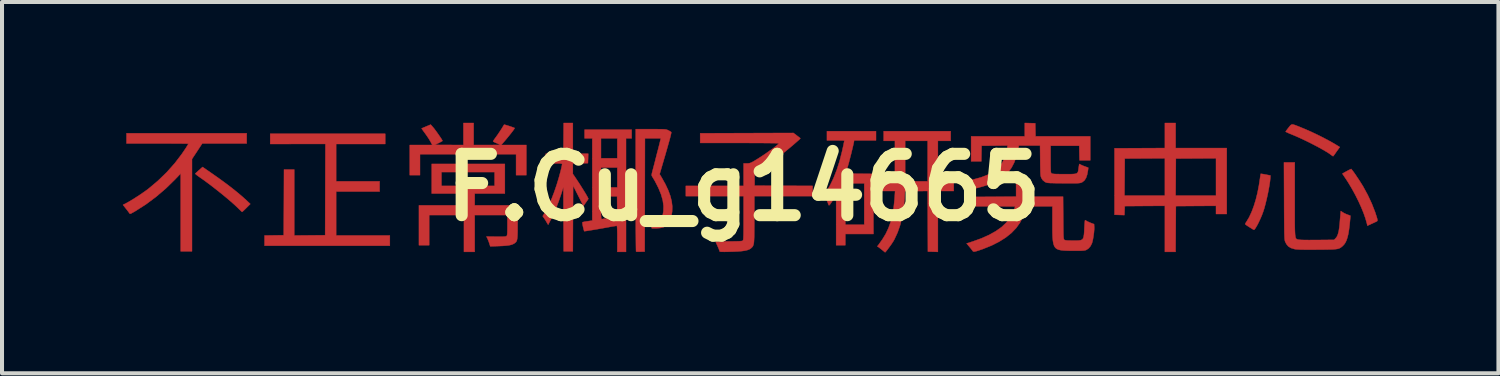
<source format=kicad_pcb>
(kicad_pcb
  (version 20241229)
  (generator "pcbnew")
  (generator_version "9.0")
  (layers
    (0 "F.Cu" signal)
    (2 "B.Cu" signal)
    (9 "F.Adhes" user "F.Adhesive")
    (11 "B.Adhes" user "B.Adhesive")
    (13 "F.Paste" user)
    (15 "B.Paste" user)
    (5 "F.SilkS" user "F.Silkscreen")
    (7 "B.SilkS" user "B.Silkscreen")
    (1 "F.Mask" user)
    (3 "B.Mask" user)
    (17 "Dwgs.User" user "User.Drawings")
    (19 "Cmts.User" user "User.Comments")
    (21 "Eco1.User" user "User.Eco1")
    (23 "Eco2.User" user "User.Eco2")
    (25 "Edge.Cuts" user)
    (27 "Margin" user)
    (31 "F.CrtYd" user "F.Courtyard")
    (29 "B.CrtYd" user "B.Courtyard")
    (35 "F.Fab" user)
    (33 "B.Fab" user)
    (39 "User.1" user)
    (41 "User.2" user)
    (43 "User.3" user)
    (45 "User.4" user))
  (footprint "F.Cu_g14665"
    (layer "F.Cu")
    (at 15.422 1.606)
    (property "Reference" "F.Cu_g14665" (at 0 0 0) (layer "F.SilkS") (effects (font (size 1.524 1.524) (thickness 0.3))))
    (attr through_hole)
    (fp_poly (pts (xy -8.903 -1.079) (xy -10.122 -1.079) (xy -10.122 -0.152) (xy -9.042 -0.152) (xy -9.042 0.102) (xy -10.122 0.102) (xy -10.122 1.194) (xy -8.788 1.194) (xy -8.788 1.448) (xy -11.9 1.448) (xy -11.9 1.194) (xy -11.424 1.187) (xy -11.42 0.371) (xy -11.417 -0.445) (xy -11.29 -0.445) (xy -11.163 -0.445) (xy -11.163 1.194) (xy -10.395 1.187) (xy -10.392 0.054) (xy -10.388 -1.08) (xy -11.074 -1.08) (xy -11.76 -1.079) (xy -11.76 -1.333) (xy -8.903 -1.333) (xy -8.903 -1.079)) (stroke (width 0.01) (type solid)) (fill yes) (layer "F.Cu"))
    (fp_poly (pts (xy -13.226 -0.36) (xy -13.042 -0.231) (xy -12.869 -0.105) (xy -12.71 0.016) (xy -12.567 0.131) (xy -12.442 0.237) (xy -12.347 0.323) (xy -12.254 0.411) (xy -12.353 0.51) (xy -12.393 0.55) (xy -12.427 0.582) (xy -12.45 0.602) (xy -12.458 0.608) (xy -12.47 0.599) (xy -12.495 0.576) (xy -12.53 0.542) (xy -12.56 0.512) (xy -12.636 0.44) (xy -12.729 0.357) (xy -12.836 0.266) (xy -12.952 0.17) (xy -13.075 0.072) (xy -13.2 -0.026) (xy -13.323 -0.119) (xy -13.441 -0.205) (xy -13.529 -0.266) (xy -13.57 -0.296) (xy -13.602 -0.321) (xy -13.619 -0.338) (xy -13.621 -0.343) (xy -13.609 -0.355) (xy -13.583 -0.38) (xy -13.547 -0.413) (xy -13.527 -0.43) (xy -13.44 -0.508) (xy -13.226 -0.36)) (stroke (width 0.01) (type solid)) (fill yes) (layer "F.Cu"))
    (fp_poly (pts (xy 10.732 -0.978) (xy 12.002 -0.978) (xy 12.002 0.66) (xy 11.735 0.66) (xy 11.735 0.457) (xy 11.236 0.46) (xy 10.738 0.464) (xy 10.731 1.6) (xy 10.465 1.6) (xy 10.465 0.457) (xy 9.966 0.46) (xy 9.468 0.464) (xy 9.464 0.575) (xy 9.46 0.687) (xy 9.337 0.683) (xy 9.214 0.679) (xy 9.214 0.203) (xy 9.461 0.203) (xy 10.465 0.203) (xy 10.731 0.203) (xy 11.735 0.203) (xy 11.735 -0.724) (xy 11.236 -0.721) (xy 10.738 -0.718) (xy 10.735 -0.257) (xy 10.731 0.203) (xy 10.465 0.203) (xy 10.465 -0.724) (xy 9.966 -0.721) (xy 9.468 -0.718) (xy 9.465 -0.257) (xy 9.461 0.203) (xy 9.214 0.203) (xy 9.214 -0.972) (xy 10.465 -0.978) (xy 10.465 -1.6) (xy 10.732 -1.6) (xy 10.732 -0.978)) (stroke (width 0.01) (type solid)) (fill yes) (layer "F.Cu"))
    (fp_poly (pts (xy 15.122 -0.424) (xy 15.152 -0.385) (xy 15.191 -0.33) (xy 15.235 -0.264) (xy 15.283 -0.193) (xy 15.328 -0.122) (xy 15.369 -0.057) (xy 15.391 -0.021) (xy 15.505 0.189) (xy 15.605 0.403) (xy 15.687 0.613) (xy 15.709 0.68) (xy 15.729 0.742) (xy 15.741 0.785) (xy 15.746 0.813) (xy 15.743 0.83) (xy 15.733 0.84) (xy 15.719 0.848) (xy 15.695 0.859) (xy 15.655 0.878) (xy 15.606 0.9) (xy 15.593 0.906) (xy 15.496 0.951) (xy 15.481 0.885) (xy 15.447 0.767) (xy 15.4 0.633) (xy 15.341 0.489) (xy 15.272 0.338) (xy 15.196 0.186) (xy 15.114 0.036) (xy 15.029 -0.107) (xy 14.978 -0.187) (xy 14.874 -0.342) (xy 14.927 -0.373) (xy 14.973 -0.398) (xy 15.023 -0.425) (xy 15.036 -0.432) (xy 15.093 -0.46) (xy 15.122 -0.424)) (stroke (width 0.01) (type solid)) (fill yes) (layer "F.Cu"))
    (fp_poly (pts (xy 13.662 -1.56) (xy 13.705 -1.546) (xy 13.765 -1.523) (xy 13.817 -1.502) (xy 13.953 -1.446) (xy 14.098 -1.382) (xy 14.246 -1.312) (xy 14.393 -1.239) (xy 14.532 -1.165) (xy 14.658 -1.095) (xy 14.756 -1.036) (xy 14.81 -1.002) (xy 14.762 -0.936) (xy 14.73 -0.892) (xy 14.699 -0.847) (xy 14.682 -0.823) (xy 14.661 -0.794) (xy 14.646 -0.777) (xy 14.643 -0.775) (xy 14.63 -0.782) (xy 14.605 -0.8) (xy 14.596 -0.807) (xy 14.543 -0.845) (xy 14.47 -0.891) (xy 14.381 -0.943) (xy 14.28 -0.999) (xy 14.17 -1.057) (xy 14.055 -1.116) (xy 13.94 -1.172) (xy 13.827 -1.225) (xy 13.72 -1.273) (xy 13.623 -1.313) (xy 13.617 -1.316) (xy 13.56 -1.339) (xy 13.513 -1.36) (xy 13.48 -1.376) (xy 13.465 -1.386) (xy 13.465 -1.387) (xy 13.474 -1.401) (xy 13.495 -1.43) (xy 13.524 -1.468) (xy 13.538 -1.486) (xy 13.566 -1.521) (xy 13.587 -1.545) (xy 13.608 -1.56) (xy 13.631 -1.565) (xy 13.662 -1.56)) (stroke (width 0.01) (type solid)) (fill yes) (layer "F.Cu"))
    (fp_poly (pts (xy 12.858 -0.338) (xy 12.89 -0.334) (xy 12.936 -0.326) (xy 12.967 -0.32) (xy 13.087 -0.297) (xy 13.084 -0.234) (xy 13.076 -0.152) (xy 13.061 -0.052) (xy 13.041 0.061) (xy 13.017 0.181) (xy 12.99 0.302) (xy 12.961 0.419) (xy 12.932 0.525) (xy 12.903 0.615) (xy 12.901 0.619) (xy 12.875 0.689) (xy 12.844 0.762) (xy 12.811 0.834) (xy 12.778 0.902) (xy 12.746 0.961) (xy 12.717 1.009) (xy 12.694 1.041) (xy 12.678 1.053) (xy 12.677 1.053) (xy 12.663 1.046) (xy 12.633 1.029) (xy 12.592 1.003) (xy 12.564 0.986) (xy 12.519 0.957) (xy 12.484 0.933) (xy 12.463 0.915) (xy 12.459 0.91) (xy 12.465 0.895) (xy 12.482 0.866) (xy 12.495 0.847) (xy 12.558 0.741) (xy 12.618 0.613) (xy 12.673 0.467) (xy 12.723 0.306) (xy 12.766 0.133) (xy 12.801 -0.048) (xy 12.816 -0.145) (xy 12.826 -0.211) (xy 12.834 -0.268) (xy 12.841 -0.311) (xy 12.845 -0.335) (xy 12.845 -0.339) (xy 12.858 -0.338)) (stroke (width 0.01) (type solid)) (fill yes) (layer "F.Cu"))
    (fp_poly (pts (xy -12.344 -1.092) (xy -13.448 -1.092) (xy -13.575 -0.899) (xy -13.703 -0.705) (xy -13.703 1.587) (xy -13.983 1.587) (xy -13.983 -0.346) (xy -14.126 -0.196) (xy -14.354 0.027) (xy -14.597 0.234) (xy -14.851 0.423) (xy -15.113 0.59) (xy -15.169 0.622) (xy -15.209 0.644) (xy -15.233 0.654) (xy -15.247 0.653) (xy -15.255 0.643) (xy -15.268 0.625) (xy -15.292 0.592) (xy -15.324 0.55) (xy -15.342 0.528) (xy -15.417 0.433) (xy -15.315 0.38) (xy -15.251 0.344) (xy -15.172 0.296) (xy -15.084 0.24) (xy -14.993 0.181) (xy -14.905 0.12) (xy -14.826 0.064) (xy -14.776 0.026) (xy -14.547 -0.167) (xy -14.331 -0.376) (xy -14.134 -0.597) (xy -13.957 -0.828) (xy -13.858 -0.974) (xy -13.83 -1.019) (xy -13.808 -1.056) (xy -13.795 -1.08) (xy -13.792 -1.085) (xy -13.805 -1.086) (xy -13.84 -1.088) (xy -13.897 -1.089) (xy -13.972 -1.09) (xy -14.064 -1.091) (xy -14.171 -1.091) (xy -14.29 -1.092) (xy -14.418 -1.092) (xy -14.555 -1.092) (xy -15.329 -1.092) (xy -15.329 -1.346) (xy -12.344 -1.346) (xy -12.344 -1.092)) (stroke (width 0.01) (type solid)) (fill yes) (layer "F.Cu"))
    (fp_poly (pts (xy 5.144 -1.156) (xy 4.826 -1.156) (xy 4.826 -0.152) (xy 5.22 -0.152) (xy 5.22 0.089) (xy 4.826 0.089) (xy 4.826 1.601) (xy 4.702 1.597) (xy 4.578 1.594) (xy 4.572 0.088) (xy 4.007 0.095) (xy 3.998 0.278) (xy 3.978 0.507) (xy 3.942 0.726) (xy 3.891 0.93) (xy 3.825 1.119) (xy 3.746 1.289) (xy 3.721 1.334) (xy 3.699 1.368) (xy 3.67 1.412) (xy 3.636 1.459) (xy 3.601 1.507) (xy 3.568 1.551) (xy 3.54 1.586) (xy 3.521 1.607) (xy 3.515 1.612) (xy 3.504 1.604) (xy 3.48 1.584) (xy 3.448 1.558) (xy 3.409 1.527) (xy 3.373 1.499) (xy 3.353 1.484) (xy 3.321 1.463) (xy 3.35 1.427) (xy 3.448 1.29) (xy 3.532 1.151) (xy 3.6 1.006) (xy 3.655 0.852) (xy 3.697 0.685) (xy 3.728 0.501) (xy 3.749 0.299) (xy 3.754 0.232) (xy 3.763 0.089) (xy 3.378 0.089) (xy 3.378 -0.152) (xy 3.759 -0.152) (xy 3.759 -1.156) (xy 4.013 -1.156) (xy 4.013 -0.152) (xy 4.572 -0.152) (xy 4.572 -1.156) (xy 4.013 -1.156) (xy 3.759 -1.156) (xy 3.48 -1.156) (xy 3.48 -1.397) (xy 5.144 -1.397) (xy 5.144 -1.156)) (stroke (width 0.01) (type solid)) (fill yes) (layer "F.Cu"))
    (fp_poly (pts (xy -5.931 0.152) (xy -6.68 0.152) (xy -6.68 0.445) (xy -5.613 0.445) (xy -5.613 0.86) (xy -5.614 0.983) (xy -5.614 1.083) (xy -5.616 1.162) (xy -5.619 1.225) (xy -5.624 1.273) (xy -5.631 1.309) (xy -5.641 1.336) (xy -5.655 1.356) (xy -5.671 1.372) (xy -5.692 1.388) (xy -5.7 1.393) (xy -5.734 1.411) (xy -5.777 1.426) (xy -5.831 1.438) (xy -5.901 1.446) (xy -5.99 1.453) (xy -6.084 1.457) (xy -6.293 1.464) (xy -6.317 1.389) (xy -6.334 1.339) (xy -6.353 1.292) (xy -6.364 1.267) (xy -6.388 1.22) (xy -6.149 1.223) (xy -6.06 1.223) (xy -5.993 1.223) (xy -5.945 1.221) (xy -5.914 1.217) (xy -5.895 1.212) (xy -5.888 1.208) (xy -5.881 1.199) (xy -5.876 1.184) (xy -5.872 1.16) (xy -5.869 1.122) (xy -5.868 1.068) (xy -5.867 0.994) (xy -5.867 0.938) (xy -5.867 0.686) (xy -6.68 0.686) (xy -6.68 1.6) (xy -6.947 1.6) (xy -6.947 0.686) (xy -7.811 0.686) (xy -7.811 1.435) (xy -8.065 1.435) (xy -8.065 0.445) (xy -6.947 0.445) (xy -6.947 0.152) (xy -7.747 0.152) (xy -7.747 -0.381) (xy -7.506 -0.381) (xy -7.506 -0.038) (xy -6.185 -0.038) (xy -6.185 -0.381) (xy -7.506 -0.381) (xy -7.747 -0.381) (xy -7.747 -0.584) (xy -5.931 -0.584) (xy -5.931 0.152)) (stroke (width 0.01) (type solid)) (fill yes) (layer "F.Cu"))
    (fp_poly (pts (xy -4.242 -0.838) (xy -4.051 -0.838) (xy -3.86 -0.838) (xy -3.863 -0.721) (xy -3.867 -0.603) (xy -4.054 -0.6) (xy -4.242 -0.596) (xy -4.242 -0.336) (xy -4.182 -0.248) (xy -4.124 -0.161) (xy -4.068 -0.076) (xy -4.016 0.007) (xy -3.968 0.084) (xy -3.926 0.152) (xy -3.893 0.209) (xy -3.87 0.251) (xy -3.858 0.277) (xy -3.857 0.284) (xy -3.868 0.301) (xy -3.889 0.332) (xy -3.917 0.372) (xy -3.922 0.379) (xy -3.979 0.46) (xy -4.235 -0.044) (xy -4.239 0.772) (xy -4.242 1.587) (xy -4.47 1.587) (xy -4.477 -0.006) (xy -4.532 0.165) (xy -4.595 0.348) (xy -4.661 0.52) (xy -4.729 0.677) (xy -4.784 0.789) (xy -4.855 0.927) (xy -4.899 0.854) (xy -4.925 0.81) (xy -4.951 0.77) (xy -4.967 0.747) (xy -4.991 0.712) (xy -4.948 0.645) (xy -4.888 0.539) (xy -4.825 0.412) (xy -4.763 0.267) (xy -4.702 0.107) (xy -4.644 -0.063) (xy -4.59 -0.241) (xy -4.547 -0.4) (xy -4.532 -0.461) (xy -4.52 -0.514) (xy -4.512 -0.553) (xy -4.509 -0.574) (xy -4.509 -0.575) (xy -4.511 -0.583) (xy -4.519 -0.589) (xy -4.537 -0.593) (xy -4.569 -0.595) (xy -4.618 -0.597) (xy -4.688 -0.597) (xy -4.712 -0.597) (xy -4.915 -0.597) (xy -4.915 -0.838) (xy -4.696 -0.841) (xy -4.477 -0.845) (xy -4.473 -1.222) (xy -4.47 -1.6) (xy -4.242 -1.6) (xy -4.242 -0.838)) (stroke (width 0.01) (type solid)) (fill yes) (layer "F.Cu"))
    (fp_poly (pts (xy 3.289 -1.168) (xy 3.018 -1.168) (xy 2.746 -1.168) (xy 2.738 -1.121) (xy 2.729 -1.079) (xy 2.715 -1.018) (xy 2.697 -0.942) (xy 2.677 -0.858) (xy 2.654 -0.77) (xy 2.632 -0.684) (xy 2.611 -0.604) (xy 2.592 -0.537) (xy 2.579 -0.491) (xy 2.563 -0.437) (xy 2.55 -0.393) (xy 2.542 -0.363) (xy 2.54 -0.354) (xy 2.552 -0.351) (xy 2.586 -0.348) (xy 2.64 -0.346) (xy 2.708 -0.343) (xy 2.789 -0.341) (xy 2.879 -0.34) (xy 2.88 -0.34) (xy 3.219 -0.337) (xy 3.223 0.41) (xy 3.226 1.156) (xy 2.527 1.156) (xy 2.527 1.435) (xy 2.299 1.435) (xy 2.299 0.184) (xy 2.253 0.26) (xy 2.21 0.329) (xy 2.173 0.385) (xy 2.145 0.423) (xy 2.126 0.443) (xy 2.122 0.445) (xy 2.111 0.434) (xy 2.102 0.41) (xy 2.093 0.383) (xy 2.076 0.341) (xy 2.055 0.292) (xy 2.049 0.278) (xy 2.004 0.18) (xy 2.054 0.106) (xy 2.147 -0.051) (xy 2.172 -0.102) (xy 2.527 -0.102) (xy 2.527 0.927) (xy 2.997 0.927) (xy 2.997 -0.102) (xy 2.527 -0.102) (xy 2.172 -0.102) (xy 2.234 -0.231) (xy 2.313 -0.432) (xy 2.384 -0.652) (xy 2.445 -0.891) (xy 2.469 -1) (xy 2.482 -1.06) (xy 2.492 -1.11) (xy 2.499 -1.146) (xy 2.502 -1.162) (xy 2.502 -1.162) (xy 2.49 -1.164) (xy 2.457 -1.166) (xy 2.406 -1.167) (xy 2.343 -1.168) (xy 2.286 -1.168) (xy 2.07 -1.168) (xy 2.07 -1.397) (xy 3.289 -1.397) (xy 3.289 -1.168)) (stroke (width 0.01) (type solid)) (fill yes) (layer "F.Cu"))
    (fp_poly (pts (xy -2.781 -1.219) (xy -2.921 -1.219) (xy -2.921 1.6) (xy -3.137 1.6) (xy -3.137 1.276) (xy -3.137 1.166) (xy -3.139 1.08) (xy -3.141 1.017) (xy -3.144 0.976) (xy -3.148 0.955) (xy -3.151 0.953) (xy -3.168 0.955) (xy -3.205 0.961) (xy -3.257 0.969) (xy -3.319 0.98) (xy -3.338 0.984) (xy -3.46 1.006) (xy -3.573 1.026) (xy -3.677 1.044) (xy -3.768 1.059) (xy -3.844 1.071) (xy -3.903 1.081) (xy -3.942 1.086) (xy -3.959 1.087) (xy -3.959 1.087) (xy -3.964 1.073) (xy -3.973 1.041) (xy -3.984 0.996) (xy -3.989 0.977) (xy -4.001 0.917) (xy -4.005 0.878) (xy -4.001 0.864) (xy -3.983 0.859) (xy -3.947 0.851) (xy -3.898 0.843) (xy -3.874 0.84) (xy -3.759 0.823) (xy -3.759 0.501) (xy -3.543 0.501) (xy -3.543 0.598) (xy -3.542 0.672) (xy -3.54 0.726) (xy -3.537 0.761) (xy -3.533 0.781) (xy -3.528 0.787) (xy -3.527 0.787) (xy -3.51 0.785) (xy -3.472 0.779) (xy -3.419 0.771) (xy -3.356 0.76) (xy -3.327 0.756) (xy -3.262 0.745) (xy -3.207 0.735) (xy -3.166 0.728) (xy -3.143 0.724) (xy -3.14 0.724) (xy -3.139 0.712) (xy -3.138 0.678) (xy -3.138 0.627) (xy -3.139 0.562) (xy -3.14 0.486) (xy -3.14 0.473) (xy -3.143 0.222) (xy -3.343 0.219) (xy -3.543 0.215) (xy -3.543 0.501) (xy -3.759 0.501) (xy -3.759 -0.495) (xy -3.543 -0.495) (xy -3.543 0) (xy -3.137 0) (xy -3.137 -0.495) (xy -3.543 -0.495) (xy -3.759 -0.495) (xy -3.759 -1.219) (xy -3.543 -1.219) (xy -3.543 -0.724) (xy -3.137 -0.724) (xy -3.137 -1.219) (xy -3.543 -1.219) (xy -3.759 -1.219) (xy -3.95 -1.219) (xy -3.95 -1.435) (xy -2.781 -1.435) (xy -2.781 -1.219)) (stroke (width 0.01) (type solid)) (fill yes) (layer "F.Cu"))
    (fp_poly (pts (xy -6.706 -1.054) (xy -6.375 -1.054) (xy -6.287 -1.054) (xy -6.207 -1.055) (xy -6.14 -1.055) (xy -6.088 -1.056) (xy -6.056 -1.057) (xy -6.045 -1.058) (xy -6.056 -1.065) (xy -6.085 -1.078) (xy -6.126 -1.095) (xy -6.134 -1.099) (xy -6.177 -1.117) (xy -6.208 -1.133) (xy -6.223 -1.144) (xy -6.223 -1.145) (xy -6.216 -1.159) (xy -6.197 -1.189) (xy -6.169 -1.228) (xy -6.148 -1.256) (xy -6.106 -1.315) (xy -6.061 -1.382) (xy -6.021 -1.443) (xy -6.012 -1.457) (xy -5.985 -1.501) (xy -5.964 -1.536) (xy -5.951 -1.557) (xy -5.948 -1.56) (xy -5.936 -1.558) (xy -5.906 -1.55) (xy -5.863 -1.537) (xy -5.815 -1.522) (xy -5.768 -1.506) (xy -5.726 -1.491) (xy -5.697 -1.48) (xy -5.687 -1.475) (xy -5.692 -1.463) (xy -5.711 -1.434) (xy -5.741 -1.393) (xy -5.781 -1.341) (xy -5.828 -1.283) (xy -5.879 -1.22) (xy -5.932 -1.157) (xy -5.954 -1.132) (xy -6.022 -1.054) (xy -5.71 -1.054) (xy -5.397 -1.054) (xy -5.397 -0.305) (xy -5.652 -0.305) (xy -5.652 -0.826) (xy -8.039 -0.826) (xy -8.039 -0.305) (xy -8.293 -0.305) (xy -8.293 -1.054) (xy -7.733 -1.054) (xy -7.78 -1.142) (xy -7.808 -1.19) (xy -7.847 -1.25) (xy -7.889 -1.311) (xy -7.915 -1.347) (xy -7.949 -1.393) (xy -7.976 -1.431) (xy -7.993 -1.457) (xy -7.998 -1.467) (xy -7.986 -1.472) (xy -7.955 -1.485) (xy -7.912 -1.503) (xy -7.884 -1.515) (xy -7.773 -1.561) (xy -7.715 -1.495) (xy -7.689 -1.464) (xy -7.657 -1.421) (xy -7.62 -1.371) (xy -7.582 -1.317) (xy -7.546 -1.265) (xy -7.515 -1.219) (xy -7.493 -1.183) (xy -7.481 -1.161) (xy -7.48 -1.158) (xy -7.491 -1.148) (xy -7.52 -1.132) (xy -7.561 -1.111) (xy -7.579 -1.102) (xy -7.677 -1.057) (xy -7.318 -1.055) (xy -6.96 -1.054) (xy -6.96 -1.6) (xy -6.706 -1.6) (xy -6.706 -1.054)) (stroke (width 0.01) (type solid)) (fill yes) (layer "F.Cu"))
    (fp_poly (pts (xy 13.691 0.293) (xy 13.691 0.473) (xy 13.691 0.63) (xy 13.691 0.765) (xy 13.691 0.88) (xy 13.692 0.976) (xy 13.694 1.056) (xy 13.697 1.12) (xy 13.7 1.17) (xy 13.705 1.209) (xy 13.71 1.238) (xy 13.717 1.259) (xy 13.726 1.273) (xy 13.736 1.282) (xy 13.748 1.287) (xy 13.762 1.292) (xy 13.776 1.296) (xy 13.806 1.3) (xy 13.862 1.304) (xy 13.942 1.306) (xy 14.048 1.307) (xy 14.179 1.306) (xy 14.245 1.306) (xy 14.667 1.302) (xy 14.706 1.264) (xy 14.738 1.223) (xy 14.763 1.164) (xy 14.784 1.086) (xy 14.799 0.987) (xy 14.809 0.892) (xy 14.814 0.821) (xy 14.82 0.753) (xy 14.825 0.696) (xy 14.828 0.655) (xy 14.829 0.652) (xy 14.835 0.586) (xy 14.881 0.617) (xy 14.918 0.639) (xy 14.967 0.662) (xy 15 0.675) (xy 15.074 0.702) (xy 15.068 0.779) (xy 15.054 0.927) (xy 15.038 1.052) (xy 15.021 1.156) (xy 15 1.242) (xy 14.977 1.313) (xy 14.949 1.371) (xy 14.916 1.419) (xy 14.878 1.458) (xy 14.854 1.478) (xy 14.832 1.495) (xy 14.809 1.508) (xy 14.783 1.519) (xy 14.75 1.527) (xy 14.708 1.533) (xy 14.654 1.538) (xy 14.586 1.541) (xy 14.501 1.542) (xy 14.396 1.544) (xy 14.269 1.545) (xy 14.243 1.545) (xy 14.109 1.546) (xy 13.999 1.546) (xy 13.908 1.545) (xy 13.836 1.544) (xy 13.779 1.541) (xy 13.734 1.538) (xy 13.7 1.534) (xy 13.68 1.53) (xy 13.596 1.504) (xy 13.531 1.464) (xy 13.484 1.408) (xy 13.453 1.347) (xy 13.449 1.334) (xy 13.445 1.319) (xy 13.442 1.299) (xy 13.439 1.272) (xy 13.437 1.238) (xy 13.435 1.193) (xy 13.433 1.137) (xy 13.432 1.067) (xy 13.431 0.981) (xy 13.43 0.879) (xy 13.429 0.757) (xy 13.428 0.615) (xy 13.427 0.45) (xy 13.427 0.333) (xy 13.423 -0.622) (xy 13.691 -0.622) (xy 13.691 0.293)) (stroke (width 0.01) (type solid)) (fill yes) (layer "F.Cu"))
    (fp_poly (pts (xy -2.197 -1.448) (xy -2.112 -1.447) (xy -2.046 -1.447) (xy -1.996 -1.445) (xy -1.959 -1.443) (xy -1.931 -1.44) (xy -1.91 -1.435) (xy -1.892 -1.428) (xy -1.875 -1.42) (xy -1.867 -1.416) (xy -1.831 -1.397) (xy -1.805 -1.38) (xy -1.797 -1.372) (xy -1.797 -1.361) (xy -1.802 -1.334) (xy -1.812 -1.29) (xy -1.827 -1.23) (xy -1.849 -1.15) (xy -1.877 -1.051) (xy -1.911 -0.93) (xy -1.952 -0.788) (xy -1.996 -0.638) (xy -2.086 -0.33) (xy -2.035 -0.245) (xy -1.943 -0.08) (xy -1.872 0.072) (xy -1.82 0.213) (xy -1.787 0.345) (xy -1.772 0.47) (xy -1.775 0.589) (xy -1.777 0.61) (xy -1.797 0.727) (xy -1.826 0.821) (xy -1.866 0.895) (xy -1.918 0.95) (xy -1.985 0.987) (xy -2.067 1.008) (xy -2.166 1.016) (xy -2.177 1.016) (xy -2.28 1.016) (xy -2.301 0.93) (xy -2.312 0.884) (xy -2.323 0.846) (xy -2.33 0.824) (xy -2.331 0.814) (xy -2.322 0.809) (xy -2.297 0.808) (xy -2.252 0.809) (xy -2.239 0.81) (xy -2.161 0.811) (xy -2.101 0.8) (xy -2.058 0.776) (xy -2.027 0.735) (xy -2.007 0.675) (xy -1.993 0.593) (xy -1.992 0.586) (xy -1.989 0.458) (xy -2.008 0.32) (xy -2.051 0.171) (xy -2.116 0.012) (xy -2.203 -0.158) (xy -2.274 -0.276) (xy -2.282 -0.293) (xy -2.284 -0.313) (xy -2.279 -0.344) (xy -2.268 -0.391) (xy -2.263 -0.409) (xy -2.253 -0.448) (xy -2.238 -0.505) (xy -2.219 -0.577) (xy -2.198 -0.659) (xy -2.176 -0.747) (xy -2.153 -0.837) (xy -2.13 -0.924) (xy -2.109 -1.006) (xy -2.091 -1.077) (xy -2.077 -1.134) (xy -2.068 -1.173) (xy -2.065 -1.184) (xy -2.057 -1.219) (xy -2.254 -1.219) (xy -2.451 -1.219) (xy -2.454 0.187) (xy -2.457 1.594) (xy -2.56 1.597) (xy -2.608 1.598) (xy -2.647 1.597) (xy -2.669 1.593) (xy -2.671 1.592) (xy -2.672 1.579) (xy -2.673 1.541) (xy -2.674 1.481) (xy -2.675 1.401) (xy -2.676 1.302) (xy -2.677 1.185) (xy -2.678 1.051) (xy -2.678 0.904) (xy -2.679 0.744) (xy -2.679 0.572) (xy -2.679 0.391) (xy -2.68 0.201) (xy -2.68 0.068) (xy -2.68 -1.448) (xy -2.305 -1.448) (xy -2.197 -1.448)) (stroke (width 0.01) (type solid)) (fill yes) (layer "F.Cu"))
    (fp_poly (pts (xy 7.023 0.229) (xy 7.936 0.229) (xy 7.94 0.757) (xy 7.941 0.886) (xy 7.942 0.993) (xy 7.943 1.079) (xy 7.944 1.147) (xy 7.946 1.199) (xy 7.948 1.237) (xy 7.951 1.263) (xy 7.955 1.281) (xy 7.959 1.292) (xy 7.964 1.299) (xy 7.969 1.303) (xy 7.985 1.31) (xy 8.014 1.315) (xy 8.059 1.319) (xy 8.122 1.32) (xy 8.192 1.321) (xy 8.271 1.321) (xy 8.332 1.318) (xy 8.378 1.31) (xy 8.411 1.294) (xy 8.433 1.267) (xy 8.447 1.226) (xy 8.456 1.168) (xy 8.462 1.09) (xy 8.466 0.994) (xy 8.47 0.929) (xy 8.474 0.875) (xy 8.478 0.835) (xy 8.482 0.815) (xy 8.483 0.813) (xy 8.498 0.819) (xy 8.518 0.832) (xy 8.545 0.847) (xy 8.586 0.865) (xy 8.626 0.882) (xy 8.706 0.912) (xy 8.71 0.987) (xy 8.709 1.046) (xy 8.703 1.121) (xy 8.692 1.202) (xy 8.679 1.282) (xy 8.664 1.351) (xy 8.652 1.39) (xy 8.617 1.459) (xy 8.569 1.515) (xy 8.511 1.553) (xy 8.485 1.562) (xy 8.447 1.568) (xy 8.386 1.572) (xy 8.301 1.573) (xy 8.191 1.573) (xy 8.148 1.573) (xy 8.045 1.571) (xy 7.958 1.567) (xy 7.886 1.56) (xy 7.827 1.547) (xy 7.78 1.527) (xy 7.743 1.497) (xy 7.716 1.455) (xy 7.697 1.399) (xy 7.684 1.328) (xy 7.676 1.24) (xy 7.672 1.131) (xy 7.671 1.001) (xy 7.671 0.867) (xy 7.671 0.47) (xy 7.015 0.47) (xy 6.987 0.581) (xy 6.938 0.734) (xy 6.865 0.876) (xy 6.771 1.008) (xy 6.653 1.131) (xy 6.512 1.244) (xy 6.348 1.347) (xy 6.161 1.442) (xy 5.95 1.527) (xy 5.91 1.541) (xy 5.837 1.566) (xy 5.783 1.583) (xy 5.746 1.592) (xy 5.721 1.595) (xy 5.704 1.59) (xy 5.692 1.58) (xy 5.687 1.572) (xy 5.669 1.548) (xy 5.641 1.512) (xy 5.607 1.472) (xy 5.603 1.467) (xy 5.539 1.392) (xy 5.7 1.34) (xy 5.913 1.263) (xy 6.102 1.178) (xy 6.266 1.086) (xy 6.407 0.986) (xy 6.523 0.877) (xy 6.616 0.761) (xy 6.664 0.68) (xy 6.68 0.645) (xy 6.699 0.6) (xy 6.718 0.554) (xy 6.733 0.512) (xy 6.742 0.483) (xy 6.744 0.474) (xy 6.731 0.473) (xy 6.697 0.472) (xy 6.642 0.472) (xy 6.57 0.471) (xy 6.483 0.47) (xy 6.385 0.47) (xy 6.278 0.47) (xy 6.254 0.47) (xy 5.765 0.47) (xy 5.772 0.235) (xy 6.271 0.232) (xy 6.769 0.228) (xy 6.769 -0.191) (xy 7.023 -0.191) (xy 7.023 0.229)) (stroke (width 0.01) (type solid)) (fill yes) (layer "F.Cu"))
    (fp_poly (pts (xy 1.321 -1.29) (xy 1.36 -1.26) (xy 1.391 -1.237) (xy 1.408 -1.223) (xy 1.41 -1.222) (xy 1.405 -1.212) (xy 1.385 -1.191) (xy 1.37 -1.177) (xy 1.342 -1.153) (xy 1.301 -1.117) (xy 1.252 -1.074) (xy 1.2 -1.029) (xy 1.198 -1.028) (xy 1.03 -0.888) (xy 0.853 -0.755) (xy 0.661 -0.623) (xy 0.449 -0.49) (xy 0.445 -0.488) (xy 0.273 -0.384) (xy 0.273 -0.044) (xy 0.994 -0.041) (xy 1.714 -0.038) (xy 1.714 0.216) (xy 0.267 0.216) (xy 0.266 0.791) (xy 0.266 0.934) (xy 0.265 1.055) (xy 0.264 1.154) (xy 0.263 1.236) (xy 0.26 1.301) (xy 0.257 1.352) (xy 0.252 1.391) (xy 0.245 1.421) (xy 0.237 1.444) (xy 0.228 1.463) (xy 0.216 1.479) (xy 0.208 1.488) (xy 0.177 1.516) (xy 0.139 1.539) (xy 0.091 1.557) (xy 0.03 1.571) (xy -0.047 1.582) (xy -0.142 1.59) (xy -0.258 1.595) (xy -0.314 1.596) (xy -0.408 1.599) (xy -0.479 1.6) (xy -0.53 1.599) (xy -0.565 1.598) (xy -0.586 1.595) (xy -0.595 1.59) (xy -0.597 1.586) (xy -0.602 1.567) (xy -0.615 1.531) (xy -0.634 1.486) (xy -0.642 1.467) (xy -0.663 1.42) (xy -0.681 1.381) (xy -0.691 1.357) (xy -0.693 1.352) (xy -0.683 1.348) (xy -0.647 1.345) (xy -0.587 1.342) (xy -0.503 1.34) (xy -0.394 1.34) (xy -0.371 1.34) (xy -0.265 1.34) (xy -0.183 1.339) (xy -0.121 1.337) (xy -0.076 1.334) (xy -0.046 1.331) (xy -0.028 1.326) (xy -0.021 1.322) (xy -0.016 1.316) (xy -0.012 1.306) (xy -0.008 1.288) (xy -0.006 1.262) (xy -0.004 1.224) (xy -0.002 1.172) (xy -0.001 1.105) (xy -0.000424 1.019) (xy -0.000104 0.913) (xy -0.000002 0.785) (xy 0 0.76) (xy 0 0.216) (xy -1.435 0.216) (xy -1.435 -0.038) (xy 0 -0.038) (xy 0 -0.597) (xy 0.08 -0.597) (xy 0.118 -0.598) (xy 0.149 -0.603) (xy 0.18 -0.613) (xy 0.219 -0.632) (xy 0.271 -0.662) (xy 0.276 -0.665) (xy 0.344 -0.707) (xy 0.418 -0.754) (xy 0.496 -0.805) (xy 0.573 -0.858) (xy 0.647 -0.911) (xy 0.716 -0.96) (xy 0.776 -1.005) (xy 0.825 -1.044) (xy 0.859 -1.073) (xy 0.875 -1.092) (xy 0.876 -1.095) (xy 0.864 -1.097) (xy 0.828 -1.098) (xy 0.771 -1.1) (xy 0.694 -1.101) (xy 0.599 -1.102) (xy 0.489 -1.103) (xy 0.365 -1.104) (xy 0.229 -1.104) (xy 0.083 -1.105) (xy -0.071 -1.105) (xy -0.102 -1.105) (xy -1.079 -1.105) (xy -1.079 -1.345) (xy 1.238 -1.353) (xy 1.321 -1.29)) (stroke (width 0.01) (type solid)) (fill yes) (layer "F.Cu"))
    (fp_poly (pts (xy 7.115 -1.597) (xy 7.245 -1.594) (xy 7.252 -1.27) (xy 8.611 -1.27) (xy 8.611 -0.673) (xy 8.345 -0.673) (xy 8.341 -0.854) (xy 8.338 -1.035) (xy 7.626 -1.035) (xy 7.626 -0.701) (xy 7.626 -0.6) (xy 7.627 -0.521) (xy 7.628 -0.462) (xy 7.63 -0.419) (xy 7.632 -0.389) (xy 7.636 -0.37) (xy 7.641 -0.358) (xy 7.648 -0.351) (xy 7.651 -0.348) (xy 7.664 -0.342) (xy 7.687 -0.338) (xy 7.723 -0.334) (xy 7.775 -0.332) (xy 7.845 -0.331) (xy 7.937 -0.33) (xy 7.97 -0.33) (xy 8.07 -0.33) (xy 8.148 -0.331) (xy 8.206 -0.334) (xy 8.249 -0.34) (xy 8.277 -0.351) (xy 8.296 -0.368) (xy 8.307 -0.391) (xy 8.315 -0.424) (xy 8.32 -0.466) (xy 8.322 -0.479) (xy 8.329 -0.526) (xy 8.335 -0.562) (xy 8.338 -0.581) (xy 8.339 -0.582) (xy 8.35 -0.579) (xy 8.371 -0.567) (xy 8.399 -0.553) (xy 8.441 -0.535) (xy 8.482 -0.52) (xy 8.562 -0.491) (xy 8.554 -0.422) (xy 8.534 -0.317) (xy 8.506 -0.235) (xy 8.467 -0.174) (xy 8.417 -0.134) (xy 8.401 -0.125) (xy 8.383 -0.118) (xy 8.365 -0.113) (xy 8.343 -0.109) (xy 8.313 -0.106) (xy 8.274 -0.104) (xy 8.221 -0.103) (xy 8.152 -0.103) (xy 8.065 -0.103) (xy 7.955 -0.104) (xy 7.941 -0.104) (xy 7.829 -0.105) (xy 7.739 -0.106) (xy 7.67 -0.108) (xy 7.616 -0.109) (xy 7.577 -0.112) (xy 7.547 -0.115) (xy 7.526 -0.12) (xy 7.509 -0.125) (xy 7.494 -0.133) (xy 7.483 -0.139) (xy 7.431 -0.182) (xy 7.401 -0.228) (xy 7.393 -0.245) (xy 7.386 -0.263) (xy 7.381 -0.285) (xy 7.377 -0.313) (xy 7.374 -0.351) (xy 7.372 -0.402) (xy 7.371 -0.469) (xy 7.369 -0.555) (xy 7.368 -0.664) (xy 7.368 -0.664) (xy 7.364 -1.041) (xy 7.1 -1.041) (xy 6.837 -1.041) (xy 6.815 -0.93) (xy 6.775 -0.765) (xy 6.722 -0.618) (xy 6.655 -0.489) (xy 6.572 -0.377) (xy 6.472 -0.279) (xy 6.353 -0.195) (xy 6.215 -0.122) (xy 6.054 -0.059) (xy 5.919 -0.018) (xy 5.859 -0.002) (xy 5.807 0.012) (xy 5.768 0.021) (xy 5.748 0.025) (xy 5.747 0.025) (xy 5.732 0.015) (xy 5.715 -0.011) (xy 5.713 -0.016) (xy 5.694 -0.05) (xy 5.666 -0.092) (xy 5.648 -0.116) (xy 5.603 -0.175) (xy 5.726 -0.203) (xy 5.898 -0.25) (xy 6.048 -0.307) (xy 6.176 -0.375) (xy 6.284 -0.453) (xy 6.313 -0.479) (xy 6.362 -0.528) (xy 6.399 -0.574) (xy 6.431 -0.627) (xy 6.458 -0.679) (xy 6.49 -0.755) (xy 6.518 -0.835) (xy 6.539 -0.912) (xy 6.551 -0.978) (xy 6.553 -1.009) (xy 6.553 -1.042) (xy 6.233 -1.038) (xy 5.912 -1.035) (xy 5.905 -0.648) (xy 5.652 -0.648) (xy 5.652 -1.27) (xy 6.985 -1.27) (xy 6.985 -1.601) (xy 7.115 -1.597)) (stroke (width 0.01) (type solid)) (fill yes) (layer "F.Cu")))
  (gr_rect
    (start -3 -3)
    (end 34.173 6.223)
    (stroke (width 0.1) (type default))
    (fill no)
    (layer "Edge.Cuts")))
</source>
